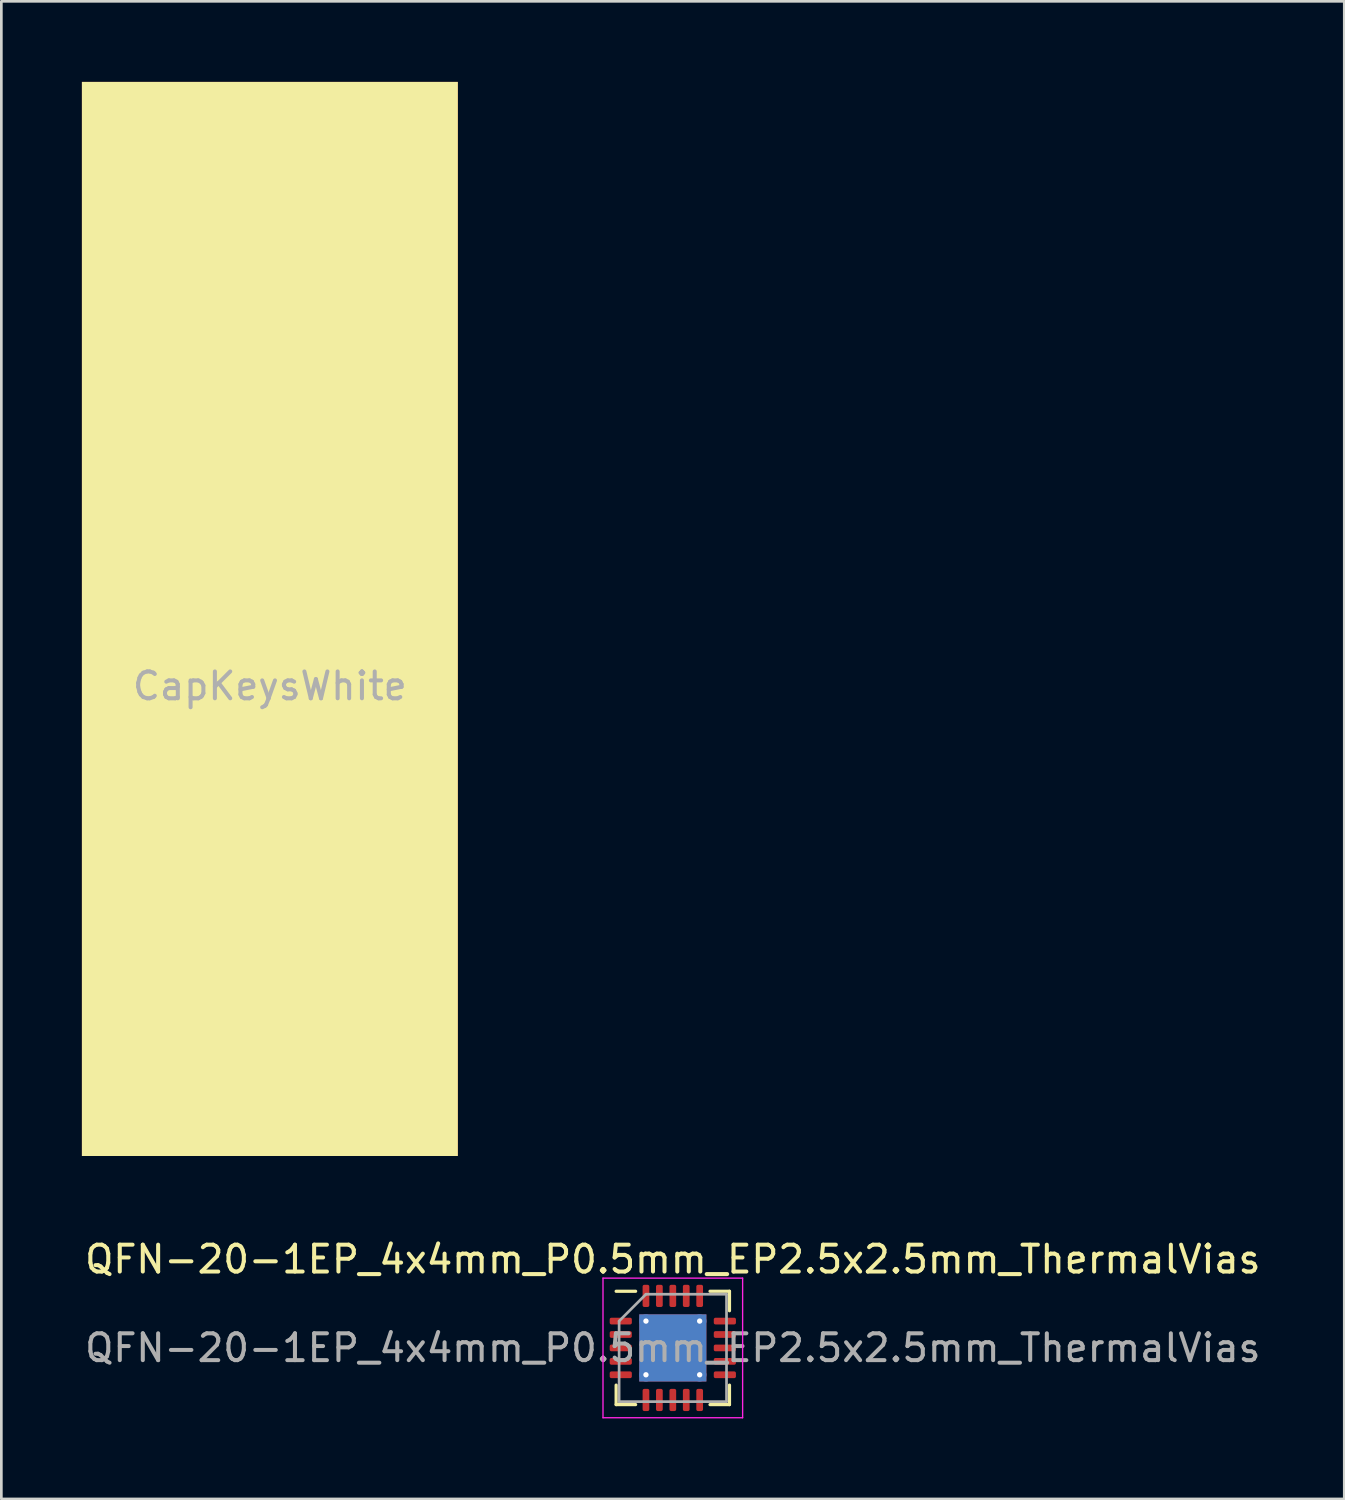
<source format=kicad_pcb>
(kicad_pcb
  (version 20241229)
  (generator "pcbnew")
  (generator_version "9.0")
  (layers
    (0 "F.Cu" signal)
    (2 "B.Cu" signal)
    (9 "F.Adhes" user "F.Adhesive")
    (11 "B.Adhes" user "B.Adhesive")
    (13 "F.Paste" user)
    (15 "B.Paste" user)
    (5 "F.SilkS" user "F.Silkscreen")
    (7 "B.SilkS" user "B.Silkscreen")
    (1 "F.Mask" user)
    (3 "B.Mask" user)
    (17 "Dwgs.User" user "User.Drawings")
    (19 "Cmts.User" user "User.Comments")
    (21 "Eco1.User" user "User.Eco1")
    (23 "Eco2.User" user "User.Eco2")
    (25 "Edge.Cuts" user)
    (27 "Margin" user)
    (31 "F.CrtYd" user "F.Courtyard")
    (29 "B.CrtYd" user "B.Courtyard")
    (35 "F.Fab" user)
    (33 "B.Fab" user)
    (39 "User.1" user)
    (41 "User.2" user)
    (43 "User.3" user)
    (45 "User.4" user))
  (footprint "QFN-20-1EP_4x4mm_P0.5mm_EP2.5x2.5mm_ThermalVias"
    (layer "F.Cu")
    (at 22.006 47.148)
    (property "Reference" "QFN-20-1EP_4x4mm_P0.5mm_EP2.5x2.5mm_ThermalVias" (at 0 -3.3 0) (layer "F.SilkS") (effects (font (size 1 1) (thickness 0.15))))
    (attr smd)
    (fp_line (start -2.11 2.11) (end -2.11 1.385) (stroke (width 0.12) (type solid)) (layer "F.SilkS"))
    (fp_line (start -1.385 -2.11) (end -2.11 -2.11) (stroke (width 0.12) (type solid)) (layer "F.SilkS"))
    (fp_line (start -1.385 2.11) (end -2.11 2.11) (stroke (width 0.12) (type solid)) (layer "F.SilkS"))
    (fp_line (start 1.385 -2.11) (end 2.11 -2.11) (stroke (width 0.12) (type solid)) (layer "F.SilkS"))
    (fp_line (start 1.385 2.11) (end 2.11 2.11) (stroke (width 0.12) (type solid)) (layer "F.SilkS"))
    (fp_line (start 2.11 -2.11) (end 2.11 -1.385) (stroke (width 0.12) (type solid)) (layer "F.SilkS"))
    (fp_line (start 2.11 2.11) (end 2.11 1.385) (stroke (width 0.12) (type solid)) (layer "F.SilkS"))
    (fp_line (start -2.6 -2.6) (end -2.6 2.6) (stroke (width 0.05) (type solid)) (layer "F.CrtYd"))
    (fp_line (start -2.6 2.6) (end 2.6 2.6) (stroke (width 0.05) (type solid)) (layer "F.CrtYd"))
    (fp_line (start 2.6 -2.6) (end -2.6 -2.6) (stroke (width 0.05) (type solid)) (layer "F.CrtYd"))
    (fp_line (start 2.6 2.6) (end 2.6 -2.6) (stroke (width 0.05) (type solid)) (layer "F.CrtYd"))
    (fp_line (start -2 -1) (end -1 -2) (stroke (width 0.1) (type solid)) (layer "F.Fab"))
    (fp_line (start -2 2) (end -2 -1) (stroke (width 0.1) (type solid)) (layer "F.Fab"))
    (fp_line (start -1 -2) (end 2 -2) (stroke (width 0.1) (type solid)) (layer "F.Fab"))
    (fp_line (start 2 -2) (end 2 2) (stroke (width 0.1) (type solid)) (layer "F.Fab"))
    (fp_line (start 2 2) (end -2 2) (stroke (width 0.1) (type solid)) (layer "F.Fab"))
    (fp_text user "${REFERENCE}" (at 0 0 0) (layer "F.Fab") (effects (font (size 1 1) (thickness 0.15))))
    (pad "" smd roundrect (at -0.625 -0.625) (size 1.08 1.08) (layers "F.Paste") (roundrect_rratio 0.231))
    (pad "" smd roundrect (at -0.625 0.625) (size 1.08 1.08) (layers "F.Paste") (roundrect_rratio 0.231))
    (pad "" smd roundrect (at 0.625 -0.625) (size 1.08 1.08) (layers "F.Paste") (roundrect_rratio 0.231))
    (pad "" smd roundrect (at 0.625 0.625) (size 1.08 1.08) (layers "F.Paste") (roundrect_rratio 0.231))
    (pad "1" smd roundrect (at -1.938 -1) (size 0.825 0.25) (layers "F.Cu" "F.Mask" "F.Paste") (roundrect_rratio 0.25))
    (pad "2" smd roundrect (at -1.938 -0.5) (size 0.825 0.25) (layers "F.Cu" "F.Mask" "F.Paste") (roundrect_rratio 0.25))
    (pad "3" smd roundrect (at -1.938 0) (size 0.825 0.25) (layers "F.Cu" "F.Mask" "F.Paste") (roundrect_rratio 0.25))
    (pad "4" smd roundrect (at -1.938 0.5) (size 0.825 0.25) (layers "F.Cu" "F.Mask" "F.Paste") (roundrect_rratio 0.25))
    (pad "5" smd roundrect (at -1.938 1) (size 0.825 0.25) (layers "F.Cu" "F.Mask" "F.Paste") (roundrect_rratio 0.25))
    (pad "6" smd roundrect (at -1 1.938) (size 0.25 0.825) (layers "F.Cu" "F.Mask" "F.Paste") (roundrect_rratio 0.25))
    (pad "7" smd roundrect (at -0.5 1.938) (size 0.25 0.825) (layers "F.Cu" "F.Mask" "F.Paste") (roundrect_rratio 0.25))
    (pad "8" smd roundrect (at 0 1.938) (size 0.25 0.825) (layers "F.Cu" "F.Mask" "F.Paste") (roundrect_rratio 0.25))
    (pad "9" smd roundrect (at 0.5 1.938) (size 0.25 0.825) (layers "F.Cu" "F.Mask" "F.Paste") (roundrect_rratio 0.25))
    (pad "10" smd roundrect (at 1 1.938) (size 0.25 0.825) (layers "F.Cu" "F.Mask" "F.Paste") (roundrect_rratio 0.25))
    (pad "11" smd roundrect (at 1.938 1) (size 0.825 0.25) (layers "F.Cu" "F.Mask" "F.Paste") (roundrect_rratio 0.25))
    (pad "12" smd roundrect (at 1.938 0.5) (size 0.825 0.25) (layers "F.Cu" "F.Mask" "F.Paste") (roundrect_rratio 0.25))
    (pad "13" smd roundrect (at 1.938 0) (size 0.825 0.25) (layers "F.Cu" "F.Mask" "F.Paste") (roundrect_rratio 0.25))
    (pad "14" smd roundrect (at 1.938 -0.5) (size 0.825 0.25) (layers "F.Cu" "F.Mask" "F.Paste") (roundrect_rratio 0.25))
    (pad "15" smd roundrect (at 1.938 -1) (size 0.825 0.25) (layers "F.Cu" "F.Mask" "F.Paste") (roundrect_rratio 0.25))
    (pad "16" smd roundrect (at 1 -1.938) (size 0.25 0.825) (layers "F.Cu" "F.Mask" "F.Paste") (roundrect_rratio 0.25))
    (pad "17" smd roundrect (at 0.5 -1.938) (size 0.25 0.825) (layers "F.Cu" "F.Mask" "F.Paste") (roundrect_rratio 0.25))
    (pad "18" smd roundrect (at 0 -1.938) (size 0.25 0.825) (layers "F.Cu" "F.Mask" "F.Paste") (roundrect_rratio 0.25))
    (pad "19" smd roundrect (at -0.5 -1.938) (size 0.25 0.825) (layers "F.Cu" "F.Mask" "F.Paste") (roundrect_rratio 0.25))
    (pad "20" smd roundrect (at -1 -1.938) (size 0.25 0.825) (layers "F.Cu" "F.Mask" "F.Paste") (roundrect_rratio 0.25))
    (pad "21" thru_hole circle (at -1 -1) (size 0.5 0.5) (drill 0.2) (layers "*.Cu"))
    (pad "21" thru_hole circle (at -1 1) (size 0.5 0.5) (drill 0.2) (layers "*.Cu"))
    (pad "21" smd rect (at 0 0) (size 2.5 2.5) (layers "F.Cu" "F.Mask"))
    (pad "21" smd rect (at 0 0) (size 2.5 2.5) (layers "B.Cu"))
    (pad "21" thru_hole circle (at 1 -1) (size 0.5 0.5) (drill 0.2) (layers "*.Cu"))
    (pad "21" thru_hole circle (at 1 1) (size 0.5 0.5) (drill 0.2) (layers "*.Cu")))
  (footprint "CapKeysWhite"
    (layer "F.Cu")
    (at 7 20)
    (property "Reference" "CapKeysWhite" (at 0 -0.5 0) (unlocked yes) (layer "F.SilkS") (effects (font (size 1 1) (thickness 0.1))))
    (attr smd)
    (fp_rect (start -7 -20) (end 7 20) (stroke (width 0) (type solid)) (fill yes) (layer "F.SilkS"))
    (fp_text user "${REFERENCE}" (at 0 2.5 0) (unlocked yes) (layer "F.Fab") (effects (font (size 1 1) (thickness 0.15))))
    (pad "1" smd rect (at 0 0) (size 14 40) (property pad_prop_testpoint) (layers "F.Cu")))
  (gr_rect
    (start -3 -3)
    (end 47.012 52.773)
    (stroke (width 0.1) (type default))
    (fill no)
    (layer "Edge.Cuts")))
</source>
